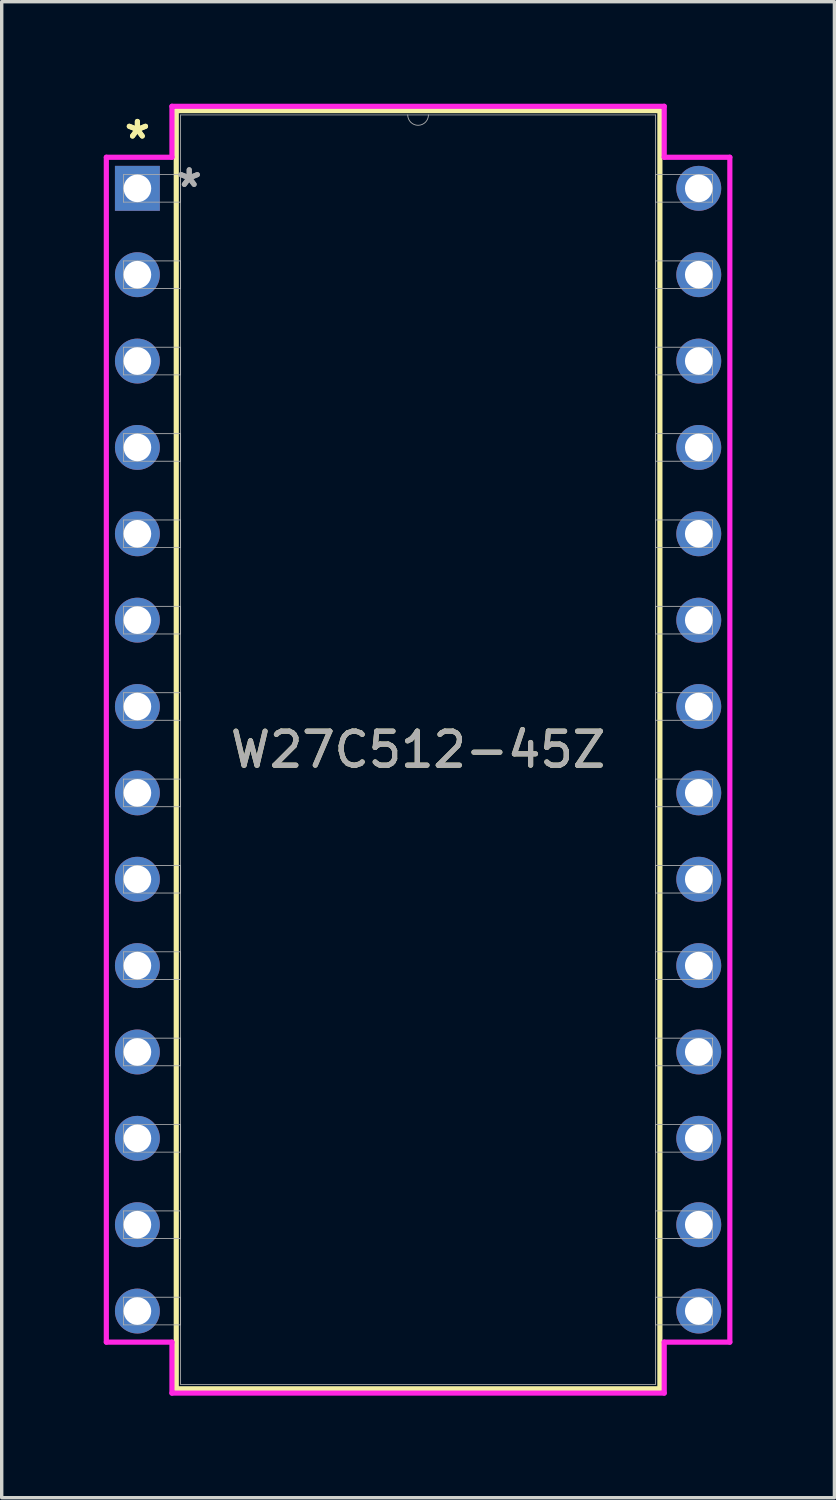
<source format=kicad_pcb>
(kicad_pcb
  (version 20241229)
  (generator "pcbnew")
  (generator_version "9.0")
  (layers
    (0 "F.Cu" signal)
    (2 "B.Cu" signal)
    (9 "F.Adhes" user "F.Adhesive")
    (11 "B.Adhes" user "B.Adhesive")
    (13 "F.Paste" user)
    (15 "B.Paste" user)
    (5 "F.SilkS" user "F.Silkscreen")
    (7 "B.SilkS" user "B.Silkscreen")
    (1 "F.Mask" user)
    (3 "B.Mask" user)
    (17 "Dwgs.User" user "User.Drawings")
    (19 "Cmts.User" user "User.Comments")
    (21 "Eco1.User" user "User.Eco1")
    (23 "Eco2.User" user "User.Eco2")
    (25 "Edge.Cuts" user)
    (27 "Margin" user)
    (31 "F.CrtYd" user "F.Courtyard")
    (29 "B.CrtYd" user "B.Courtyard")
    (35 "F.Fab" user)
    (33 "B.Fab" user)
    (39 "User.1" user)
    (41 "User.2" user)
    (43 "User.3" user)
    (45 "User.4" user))
  (footprint "W27C512-45Z"
    (layer "F.Cu")
    (at 0.991 2.489)
    (property "Reference" "W27C512-45Z" (at 8.255 16.51 0) (unlocked yes) (layer "F.SilkS") (effects (font (size 1 1) (thickness 0.15))))
    (attr through_hole)
    (fp_line (start 1.143 -2.286) (end 1.143 35.306) (stroke (width 0.152) (type solid)) (layer "F.SilkS"))
    (fp_line (start 1.143 35.306) (end 15.367 35.306) (stroke (width 0.152) (type solid)) (layer "F.SilkS"))
    (fp_line (start 15.367 -2.286) (end 1.143 -2.286) (stroke (width 0.152) (type solid)) (layer "F.SilkS"))
    (fp_line (start 15.367 35.306) (end 15.367 -2.286) (stroke (width 0.152) (type solid)) (layer "F.SilkS"))
    (fp_line (start -0.914 -0.914) (end 1.016 -0.914) (stroke (width 0.152) (type solid)) (layer "F.CrtYd"))
    (fp_line (start -0.914 33.934) (end -0.914 -0.914) (stroke (width 0.152) (type solid)) (layer "F.CrtYd"))
    (fp_line (start 1.016 -2.413) (end 15.494 -2.413) (stroke (width 0.152) (type solid)) (layer "F.CrtYd"))
    (fp_line (start 1.016 -0.914) (end 1.016 -2.413) (stroke (width 0.152) (type solid)) (layer "F.CrtYd"))
    (fp_line (start 1.016 33.934) (end -0.914 33.934) (stroke (width 0.152) (type solid)) (layer "F.CrtYd"))
    (fp_line (start 1.016 35.433) (end 1.016 33.934) (stroke (width 0.152) (type solid)) (layer "F.CrtYd"))
    (fp_line (start 15.494 -2.413) (end 15.494 -0.914) (stroke (width 0.152) (type solid)) (layer "F.CrtYd"))
    (fp_line (start 15.494 33.934) (end 15.494 35.433) (stroke (width 0.152) (type solid)) (layer "F.CrtYd"))
    (fp_line (start 15.494 35.433) (end 1.016 35.433) (stroke (width 0.152) (type solid)) (layer "F.CrtYd"))
    (fp_line (start 17.424 -0.914) (end 15.494 -0.914) (stroke (width 0.152) (type solid)) (layer "F.CrtYd"))
    (fp_line (start 17.424 -0.914) (end 17.424 33.934) (stroke (width 0.152) (type solid)) (layer "F.CrtYd"))
    (fp_line (start 17.424 33.934) (end 15.494 33.934) (stroke (width 0.152) (type solid)) (layer "F.CrtYd"))
    (fp_line (start -0.406 -0.406) (end -0.406 0.406) (stroke (width 0.025) (type solid)) (layer "F.Fab"))
    (fp_line (start -0.406 0.406) (end 1.27 0.406) (stroke (width 0.025) (type solid)) (layer "F.Fab"))
    (fp_line (start -0.406 2.134) (end -0.406 2.946) (stroke (width 0.025) (type solid)) (layer "F.Fab"))
    (fp_line (start -0.406 2.946) (end 1.27 2.946) (stroke (width 0.025) (type solid)) (layer "F.Fab"))
    (fp_line (start -0.406 4.674) (end -0.406 5.486) (stroke (width 0.025) (type solid)) (layer "F.Fab"))
    (fp_line (start -0.406 5.486) (end 1.27 5.486) (stroke (width 0.025) (type solid)) (layer "F.Fab"))
    (fp_line (start -0.406 7.214) (end -0.406 8.026) (stroke (width 0.025) (type solid)) (layer "F.Fab"))
    (fp_line (start -0.406 8.026) (end 1.27 8.026) (stroke (width 0.025) (type solid)) (layer "F.Fab"))
    (fp_line (start -0.406 9.754) (end -0.406 10.566) (stroke (width 0.025) (type solid)) (layer "F.Fab"))
    (fp_line (start -0.406 10.566) (end 1.27 10.566) (stroke (width 0.025) (type solid)) (layer "F.Fab"))
    (fp_line (start -0.406 12.294) (end -0.406 13.106) (stroke (width 0.025) (type solid)) (layer "F.Fab"))
    (fp_line (start -0.406 13.106) (end 1.27 13.106) (stroke (width 0.025) (type solid)) (layer "F.Fab"))
    (fp_line (start -0.406 14.834) (end -0.406 15.646) (stroke (width 0.025) (type solid)) (layer "F.Fab"))
    (fp_line (start -0.406 15.646) (end 1.27 15.646) (stroke (width 0.025) (type solid)) (layer "F.Fab"))
    (fp_line (start -0.406 17.374) (end -0.406 18.186) (stroke (width 0.025) (type solid)) (layer "F.Fab"))
    (fp_line (start -0.406 18.186) (end 1.27 18.186) (stroke (width 0.025) (type solid)) (layer "F.Fab"))
    (fp_line (start -0.406 19.914) (end -0.406 20.726) (stroke (width 0.025) (type solid)) (layer "F.Fab"))
    (fp_line (start -0.406 20.726) (end 1.27 20.726) (stroke (width 0.025) (type solid)) (layer "F.Fab"))
    (fp_line (start -0.406 22.454) (end -0.406 23.266) (stroke (width 0.025) (type solid)) (layer "F.Fab"))
    (fp_line (start -0.406 23.266) (end 1.27 23.266) (stroke (width 0.025) (type solid)) (layer "F.Fab"))
    (fp_line (start -0.406 24.994) (end -0.406 25.806) (stroke (width 0.025) (type solid)) (layer "F.Fab"))
    (fp_line (start -0.406 25.806) (end 1.27 25.806) (stroke (width 0.025) (type solid)) (layer "F.Fab"))
    (fp_line (start -0.406 27.534) (end -0.406 28.346) (stroke (width 0.025) (type solid)) (layer "F.Fab"))
    (fp_line (start -0.406 28.346) (end 1.27 28.346) (stroke (width 0.025) (type solid)) (layer "F.Fab"))
    (fp_line (start -0.406 30.074) (end -0.406 30.886) (stroke (width 0.025) (type solid)) (layer "F.Fab"))
    (fp_line (start -0.406 30.886) (end 1.27 30.886) (stroke (width 0.025) (type solid)) (layer "F.Fab"))
    (fp_line (start -0.406 32.614) (end -0.406 33.426) (stroke (width 0.025) (type solid)) (layer "F.Fab"))
    (fp_line (start -0.406 33.426) (end 1.27 33.426) (stroke (width 0.025) (type solid)) (layer "F.Fab"))
    (fp_line (start 1.27 -2.159) (end 1.27 35.179) (stroke (width 0.025) (type solid)) (layer "F.Fab"))
    (fp_line (start 1.27 -0.406) (end -0.406 -0.406) (stroke (width 0.025) (type solid)) (layer "F.Fab"))
    (fp_line (start 1.27 0.406) (end 1.27 -0.406) (stroke (width 0.025) (type solid)) (layer "F.Fab"))
    (fp_line (start 1.27 2.134) (end -0.406 2.134) (stroke (width 0.025) (type solid)) (layer "F.Fab"))
    (fp_line (start 1.27 2.946) (end 1.27 2.134) (stroke (width 0.025) (type solid)) (layer "F.Fab"))
    (fp_line (start 1.27 4.674) (end -0.406 4.674) (stroke (width 0.025) (type solid)) (layer "F.Fab"))
    (fp_line (start 1.27 5.486) (end 1.27 4.674) (stroke (width 0.025) (type solid)) (layer "F.Fab"))
    (fp_line (start 1.27 7.214) (end -0.406 7.214) (stroke (width 0.025) (type solid)) (layer "F.Fab"))
    (fp_line (start 1.27 8.026) (end 1.27 7.214) (stroke (width 0.025) (type solid)) (layer "F.Fab"))
    (fp_line (start 1.27 9.754) (end -0.406 9.754) (stroke (width 0.025) (type solid)) (layer "F.Fab"))
    (fp_line (start 1.27 10.566) (end 1.27 9.754) (stroke (width 0.025) (type solid)) (layer "F.Fab"))
    (fp_line (start 1.27 12.294) (end -0.406 12.294) (stroke (width 0.025) (type solid)) (layer "F.Fab"))
    (fp_line (start 1.27 13.106) (end 1.27 12.294) (stroke (width 0.025) (type solid)) (layer "F.Fab"))
    (fp_line (start 1.27 14.834) (end -0.406 14.834) (stroke (width 0.025) (type solid)) (layer "F.Fab"))
    (fp_line (start 1.27 15.646) (end 1.27 14.834) (stroke (width 0.025) (type solid)) (layer "F.Fab"))
    (fp_line (start 1.27 17.374) (end -0.406 17.374) (stroke (width 0.025) (type solid)) (layer "F.Fab"))
    (fp_line (start 1.27 18.186) (end 1.27 17.374) (stroke (width 0.025) (type solid)) (layer "F.Fab"))
    (fp_line (start 1.27 19.914) (end -0.406 19.914) (stroke (width 0.025) (type solid)) (layer "F.Fab"))
    (fp_line (start 1.27 20.726) (end 1.27 19.914) (stroke (width 0.025) (type solid)) (layer "F.Fab"))
    (fp_line (start 1.27 22.454) (end -0.406 22.454) (stroke (width 0.025) (type solid)) (layer "F.Fab"))
    (fp_line (start 1.27 23.266) (end 1.27 22.454) (stroke (width 0.025) (type solid)) (layer "F.Fab"))
    (fp_line (start 1.27 24.994) (end -0.406 24.994) (stroke (width 0.025) (type solid)) (layer "F.Fab"))
    (fp_line (start 1.27 25.806) (end 1.27 24.994) (stroke (width 0.025) (type solid)) (layer "F.Fab"))
    (fp_line (start 1.27 27.534) (end -0.406 27.534) (stroke (width 0.025) (type solid)) (layer "F.Fab"))
    (fp_line (start 1.27 28.346) (end 1.27 27.534) (stroke (width 0.025) (type solid)) (layer "F.Fab"))
    (fp_line (start 1.27 30.074) (end -0.406 30.074) (stroke (width 0.025) (type solid)) (layer "F.Fab"))
    (fp_line (start 1.27 30.886) (end 1.27 30.074) (stroke (width 0.025) (type solid)) (layer "F.Fab"))
    (fp_line (start 1.27 32.614) (end -0.406 32.614) (stroke (width 0.025) (type solid)) (layer "F.Fab"))
    (fp_line (start 1.27 33.426) (end 1.27 32.614) (stroke (width 0.025) (type solid)) (layer "F.Fab"))
    (fp_line (start 1.27 35.179) (end 15.24 35.179) (stroke (width 0.025) (type solid)) (layer "F.Fab"))
    (fp_line (start 15.24 -2.159) (end 1.27 -2.159) (stroke (width 0.025) (type solid)) (layer "F.Fab"))
    (fp_line (start 15.24 -0.406) (end 15.24 0.406) (stroke (width 0.025) (type solid)) (layer "F.Fab"))
    (fp_line (start 15.24 0.406) (end 16.916 0.406) (stroke (width 0.025) (type solid)) (layer "F.Fab"))
    (fp_line (start 15.24 2.134) (end 15.24 2.946) (stroke (width 0.025) (type solid)) (layer "F.Fab"))
    (fp_line (start 15.24 2.946) (end 16.916 2.946) (stroke (width 0.025) (type solid)) (layer "F.Fab"))
    (fp_line (start 15.24 4.674) (end 15.24 5.486) (stroke (width 0.025) (type solid)) (layer "F.Fab"))
    (fp_line (start 15.24 5.486) (end 16.916 5.486) (stroke (width 0.025) (type solid)) (layer "F.Fab"))
    (fp_line (start 15.24 7.214) (end 15.24 8.026) (stroke (width 0.025) (type solid)) (layer "F.Fab"))
    (fp_line (start 15.24 8.026) (end 16.916 8.026) (stroke (width 0.025) (type solid)) (layer "F.Fab"))
    (fp_line (start 15.24 9.754) (end 15.24 10.566) (stroke (width 0.025) (type solid)) (layer "F.Fab"))
    (fp_line (start 15.24 10.566) (end 16.916 10.566) (stroke (width 0.025) (type solid)) (layer "F.Fab"))
    (fp_line (start 15.24 12.294) (end 15.24 13.106) (stroke (width 0.025) (type solid)) (layer "F.Fab"))
    (fp_line (start 15.24 13.106) (end 16.916 13.106) (stroke (width 0.025) (type solid)) (layer "F.Fab"))
    (fp_line (start 15.24 14.834) (end 15.24 15.646) (stroke (width 0.025) (type solid)) (layer "F.Fab"))
    (fp_line (start 15.24 15.646) (end 16.916 15.646) (stroke (width 0.025) (type solid)) (layer "F.Fab"))
    (fp_line (start 15.24 17.374) (end 15.24 18.186) (stroke (width 0.025) (type solid)) (layer "F.Fab"))
    (fp_line (start 15.24 18.186) (end 16.916 18.186) (stroke (width 0.025) (type solid)) (layer "F.Fab"))
    (fp_line (start 15.24 19.914) (end 15.24 20.726) (stroke (width 0.025) (type solid)) (layer "F.Fab"))
    (fp_line (start 15.24 20.726) (end 16.916 20.726) (stroke (width 0.025) (type solid)) (layer "F.Fab"))
    (fp_line (start 15.24 22.454) (end 15.24 23.266) (stroke (width 0.025) (type solid)) (layer "F.Fab"))
    (fp_line (start 15.24 23.266) (end 16.916 23.266) (stroke (width 0.025) (type solid)) (layer "F.Fab"))
    (fp_line (start 15.24 24.994) (end 15.24 25.806) (stroke (width 0.025) (type solid)) (layer "F.Fab"))
    (fp_line (start 15.24 25.806) (end 16.916 25.806) (stroke (width 0.025) (type solid)) (layer "F.Fab"))
    (fp_line (start 15.24 27.534) (end 15.24 28.346) (stroke (width 0.025) (type solid)) (layer "F.Fab"))
    (fp_line (start 15.24 28.346) (end 16.916 28.346) (stroke (width 0.025) (type solid)) (layer "F.Fab"))
    (fp_line (start 15.24 30.074) (end 15.24 30.886) (stroke (width 0.025) (type solid)) (layer "F.Fab"))
    (fp_line (start 15.24 30.886) (end 16.916 30.886) (stroke (width 0.025) (type solid)) (layer "F.Fab"))
    (fp_line (start 15.24 32.614) (end 15.24 33.426) (stroke (width 0.025) (type solid)) (layer "F.Fab"))
    (fp_line (start 15.24 33.426) (end 16.916 33.426) (stroke (width 0.025) (type solid)) (layer "F.Fab"))
    (fp_line (start 15.24 35.179) (end 15.24 -2.159) (stroke (width 0.025) (type solid)) (layer "F.Fab"))
    (fp_line (start 16.916 -0.406) (end 15.24 -0.406) (stroke (width 0.025) (type solid)) (layer "F.Fab"))
    (fp_line (start 16.916 0.406) (end 16.916 -0.406) (stroke (width 0.025) (type solid)) (layer "F.Fab"))
    (fp_line (start 16.916 2.134) (end 15.24 2.134) (stroke (width 0.025) (type solid)) (layer "F.Fab"))
    (fp_line (start 16.916 2.946) (end 16.916 2.134) (stroke (width 0.025) (type solid)) (layer "F.Fab"))
    (fp_line (start 16.916 4.674) (end 15.24 4.674) (stroke (width 0.025) (type solid)) (layer "F.Fab"))
    (fp_line (start 16.916 5.486) (end 16.916 4.674) (stroke (width 0.025) (type solid)) (layer "F.Fab"))
    (fp_line (start 16.916 7.214) (end 15.24 7.214) (stroke (width 0.025) (type solid)) (layer "F.Fab"))
    (fp_line (start 16.916 8.026) (end 16.916 7.214) (stroke (width 0.025) (type solid)) (layer "F.Fab"))
    (fp_line (start 16.916 9.754) (end 15.24 9.754) (stroke (width 0.025) (type solid)) (layer "F.Fab"))
    (fp_line (start 16.916 10.566) (end 16.916 9.754) (stroke (width 0.025) (type solid)) (layer "F.Fab"))
    (fp_line (start 16.916 12.294) (end 15.24 12.294) (stroke (width 0.025) (type solid)) (layer "F.Fab"))
    (fp_line (start 16.916 13.106) (end 16.916 12.294) (stroke (width 0.025) (type solid)) (layer "F.Fab"))
    (fp_line (start 16.916 14.834) (end 15.24 14.834) (stroke (width 0.025) (type solid)) (layer "F.Fab"))
    (fp_line (start 16.916 15.646) (end 16.916 14.834) (stroke (width 0.025) (type solid)) (layer "F.Fab"))
    (fp_line (start 16.916 17.374) (end 15.24 17.374) (stroke (width 0.025) (type solid)) (layer "F.Fab"))
    (fp_line (start 16.916 18.186) (end 16.916 17.374) (stroke (width 0.025) (type solid)) (layer "F.Fab"))
    (fp_line (start 16.916 19.914) (end 15.24 19.914) (stroke (width 0.025) (type solid)) (layer "F.Fab"))
    (fp_line (start 16.916 20.726) (end 16.916 19.914) (stroke (width 0.025) (type solid)) (layer "F.Fab"))
    (fp_line (start 16.916 22.454) (end 15.24 22.454) (stroke (width 0.025) (type solid)) (layer "F.Fab"))
    (fp_line (start 16.916 23.266) (end 16.916 22.454) (stroke (width 0.025) (type solid)) (layer "F.Fab"))
    (fp_line (start 16.916 24.994) (end 15.24 24.994) (stroke (width 0.025) (type solid)) (layer "F.Fab"))
    (fp_line (start 16.916 25.806) (end 16.916 24.994) (stroke (width 0.025) (type solid)) (layer "F.Fab"))
    (fp_line (start 16.916 27.534) (end 15.24 27.534) (stroke (width 0.025) (type solid)) (layer "F.Fab"))
    (fp_line (start 16.916 28.346) (end 16.916 27.534) (stroke (width 0.025) (type solid)) (layer "F.Fab"))
    (fp_line (start 16.916 30.074) (end 15.24 30.074) (stroke (width 0.025) (type solid)) (layer "F.Fab"))
    (fp_line (start 16.916 30.886) (end 16.916 30.074) (stroke (width 0.025) (type solid)) (layer "F.Fab"))
    (fp_line (start 16.916 32.614) (end 15.24 32.614) (stroke (width 0.025) (type solid)) (layer "F.Fab"))
    (fp_line (start 16.916 33.426) (end 16.916 32.614) (stroke (width 0.025) (type solid)) (layer "F.Fab"))
    (fp_arc (start 8.5598 -2.159) (mid 8.255 -1.8542) (end 7.9502 -2.159) (stroke (width 0.0254) (type solid)) (layer "F.Fab"))
    (fp_text user "*" (at 0 -1.422 0) (layer "F.SilkS") (effects (font (size 1 1) (thickness 0.15))))
    (fp_text user "*" (at 0 -1.422 0) (unlocked yes) (layer "F.SilkS") (effects (font (size 1 1) (thickness 0.15))))
    (fp_text user "*" (at 1.524 0 0) (unlocked yes) (layer "F.Fab") (effects (font (size 1 1) (thickness 0.15))))
    (fp_text user "${REFERENCE}" (at 8.255 16.51 0) (unlocked yes) (layer "F.Fab") (effects (font (size 1 1) (thickness 0.15))))
    (fp_text user "*" (at 1.524 0 0) (layer "F.Fab") (effects (font (size 1 1) (thickness 0.15))))
    (pad "1" thru_hole rect (at 0 0) (size 1.321 1.321) (drill 0.813) (layers "*.Cu" "*.Mask"))
    (pad "2" thru_hole circle (at 0 2.54) (size 1.321 1.321) (drill 0.813) (layers "*.Cu" "*.Mask"))
    (pad "3" thru_hole circle (at 0 5.08) (size 1.321 1.321) (drill 0.813) (layers "*.Cu" "*.Mask"))
    (pad "4" thru_hole circle (at 0 7.62) (size 1.321 1.321) (drill 0.813) (layers "*.Cu" "*.Mask"))
    (pad "5" thru_hole circle (at 0 10.16) (size 1.321 1.321) (drill 0.813) (layers "*.Cu" "*.Mask"))
    (pad "6" thru_hole circle (at 0 12.7) (size 1.321 1.321) (drill 0.813) (layers "*.Cu" "*.Mask"))
    (pad "7" thru_hole circle (at 0 15.24) (size 1.321 1.321) (drill 0.813) (layers "*.Cu" "*.Mask"))
    (pad "8" thru_hole circle (at 0 17.78) (size 1.321 1.321) (drill 0.813) (layers "*.Cu" "*.Mask"))
    (pad "9" thru_hole circle (at 0 20.32) (size 1.321 1.321) (drill 0.813) (layers "*.Cu" "*.Mask"))
    (pad "10" thru_hole circle (at 0 22.86) (size 1.321 1.321) (drill 0.813) (layers "*.Cu" "*.Mask"))
    (pad "11" thru_hole circle (at 0 25.4) (size 1.321 1.321) (drill 0.813) (layers "*.Cu" "*.Mask"))
    (pad "12" thru_hole circle (at 0 27.94) (size 1.321 1.321) (drill 0.813) (layers "*.Cu" "*.Mask"))
    (pad "13" thru_hole circle (at 0 30.48) (size 1.321 1.321) (drill 0.813) (layers "*.Cu" "*.Mask"))
    (pad "14" thru_hole circle (at 0 33.02) (size 1.321 1.321) (drill 0.813) (layers "*.Cu" "*.Mask"))
    (pad "15" thru_hole circle (at 16.51 33.02) (size 1.321 1.321) (drill 0.813) (layers "*.Cu" "*.Mask"))
    (pad "16" thru_hole circle (at 16.51 30.48) (size 1.321 1.321) (drill 0.813) (layers "*.Cu" "*.Mask"))
    (pad "17" thru_hole circle (at 16.51 27.94) (size 1.321 1.321) (drill 0.813) (layers "*.Cu" "*.Mask"))
    (pad "18" thru_hole circle (at 16.51 25.4) (size 1.321 1.321) (drill 0.813) (layers "*.Cu" "*.Mask"))
    (pad "19" thru_hole circle (at 16.51 22.86) (size 1.321 1.321) (drill 0.813) (layers "*.Cu" "*.Mask"))
    (pad "20" thru_hole circle (at 16.51 20.32) (size 1.321 1.321) (drill 0.813) (layers "*.Cu" "*.Mask"))
    (pad "21" thru_hole circle (at 16.51 17.78) (size 1.321 1.321) (drill 0.813) (layers "*.Cu" "*.Mask"))
    (pad "22" thru_hole circle (at 16.51 15.24) (size 1.321 1.321) (drill 0.813) (layers "*.Cu" "*.Mask"))
    (pad "23" thru_hole circle (at 16.51 12.7) (size 1.321 1.321) (drill 0.813) (layers "*.Cu" "*.Mask"))
    (pad "24" thru_hole circle (at 16.51 10.16) (size 1.321 1.321) (drill 0.813) (layers "*.Cu" "*.Mask"))
    (pad "25" thru_hole circle (at 16.51 7.62) (size 1.321 1.321) (drill 0.813) (layers "*.Cu" "*.Mask"))
    (pad "26" thru_hole circle (at 16.51 5.08) (size 1.321 1.321) (drill 0.813) (layers "*.Cu" "*.Mask"))
    (pad "27" thru_hole circle (at 16.51 2.54) (size 1.321 1.321) (drill 0.813) (layers "*.Cu" "*.Mask"))
    (pad "28" thru_hole circle (at 16.51 0) (size 1.321 1.321) (drill 0.813) (layers "*.Cu" "*.Mask")))
  (gr_rect
    (start -3 -3)
    (end 21.491 40.998)
    (stroke (width 0.1) (type default))
    (fill no)
    (layer "Edge.Cuts")))
</source>
